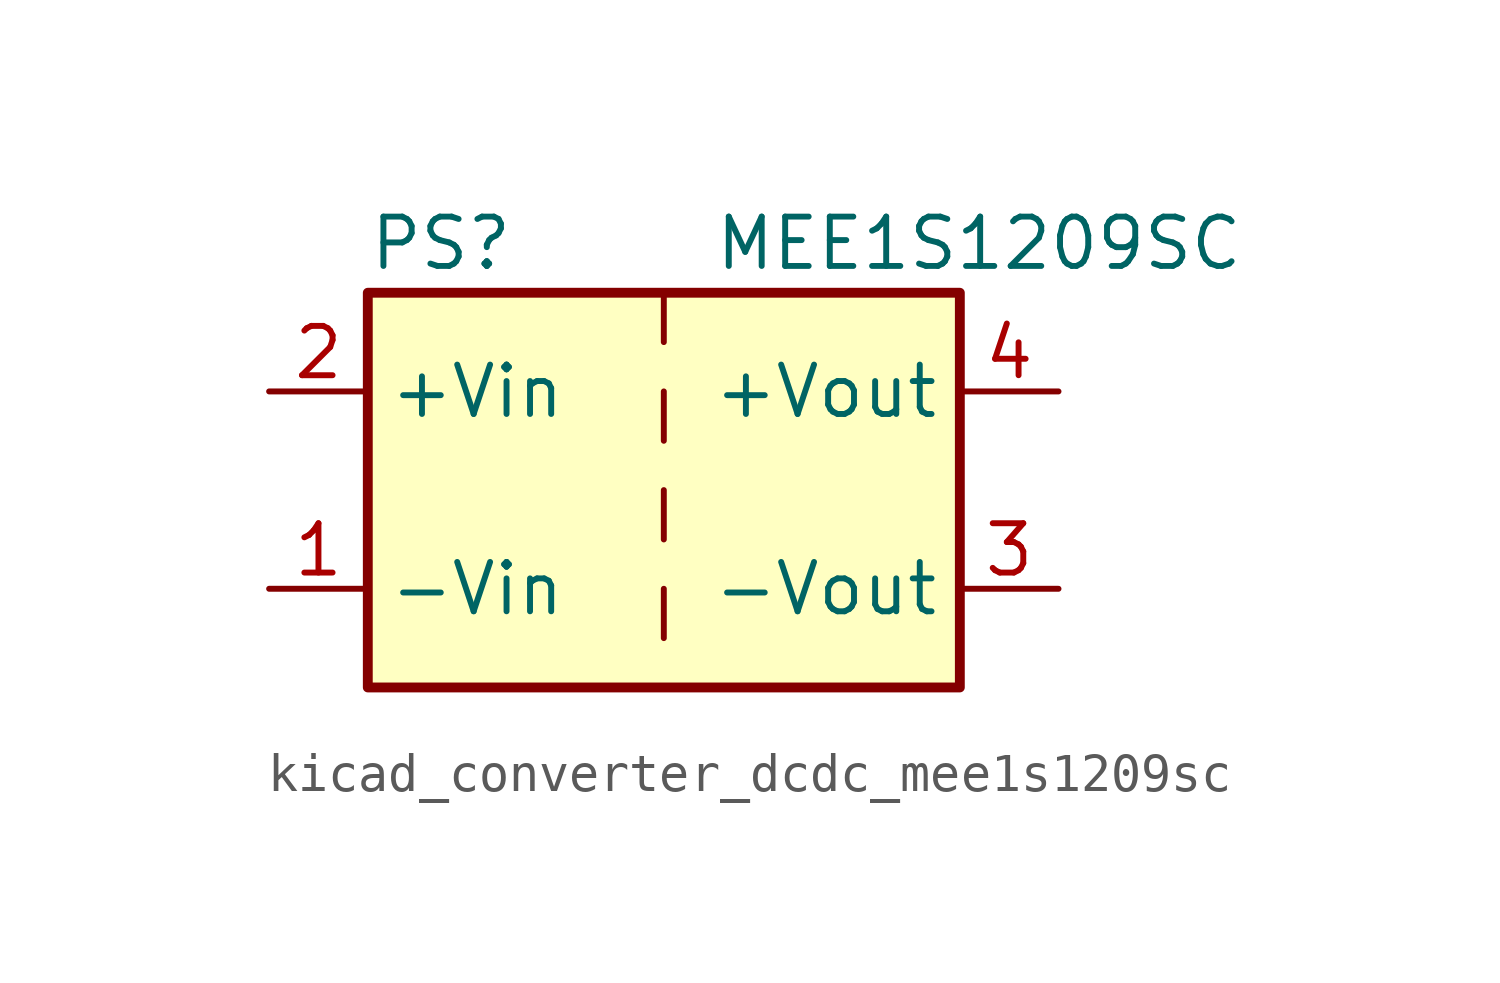
<source format=kicad_sym>
(kicad_symbol_lib
  (version 20220914)
  (generator kicad_symbol_editor)
  (symbol "kicad_converter_dcdc_mee1s1209sc"
    (property "Reference" "PS"
      (at -7.62 6.35 0)
      (effects (font (size 1.27 1.27)) (justify left)))
    (property "Value" "MEE1S1209SC"
      (at 1.27 6.35 0)
      (effects (font (size 1.27 1.27)) (justify left)))
    (symbol "kicad_converter_dcdc_mee1s1209sc_0_0"
      (pin power_in line (at -10.16 -2.54 0) (length 2.54) (name "-Vin" (effects (font (size 1.27 1.27)))) (number "1" (effects (font (size 1.27 1.27)))))
      (pin power_in line (at -10.16 2.54 0) (length 2.54) (name "+Vin" (effects (font (size 1.27 1.27)))) (number "2" (effects (font (size 1.27 1.27)))))
      (pin power_out line (at 10.16 -2.54 180) (length 2.54) (name "-Vout" (effects (font (size 1.27 1.27)))) (number "3" (effects (font (size 1.27 1.27)))))
      (pin power_out line (at 10.16 2.54 180) (length 2.54) (name "+Vout" (effects (font (size 1.27 1.27)))) (number "4" (effects (font (size 1.27 1.27))))))
    (symbol "kicad_converter_dcdc_mee1s1209sc_0_1"
      (rectangle (start -7.62 5.08) (end 7.62 -5.08) (stroke (width 0.254) (type default)) (fill (type background)))
      (polyline (pts (xy 0 -2.54) (xy 0 -3.81)) (stroke (width 0) (type default)) (fill (type none)))
      (polyline (pts (xy 0 0) (xy 0 -1.27)) (stroke (width 0) (type default)) (fill (type none)))
      (polyline (pts (xy 0 2.54) (xy 0 1.27)) (stroke (width 0) (type default)) (fill (type none)))
      (polyline (pts (xy 0 5.08) (xy 0 3.81)) (stroke (width 0) (type default)) (fill (type none))))))
</source>
